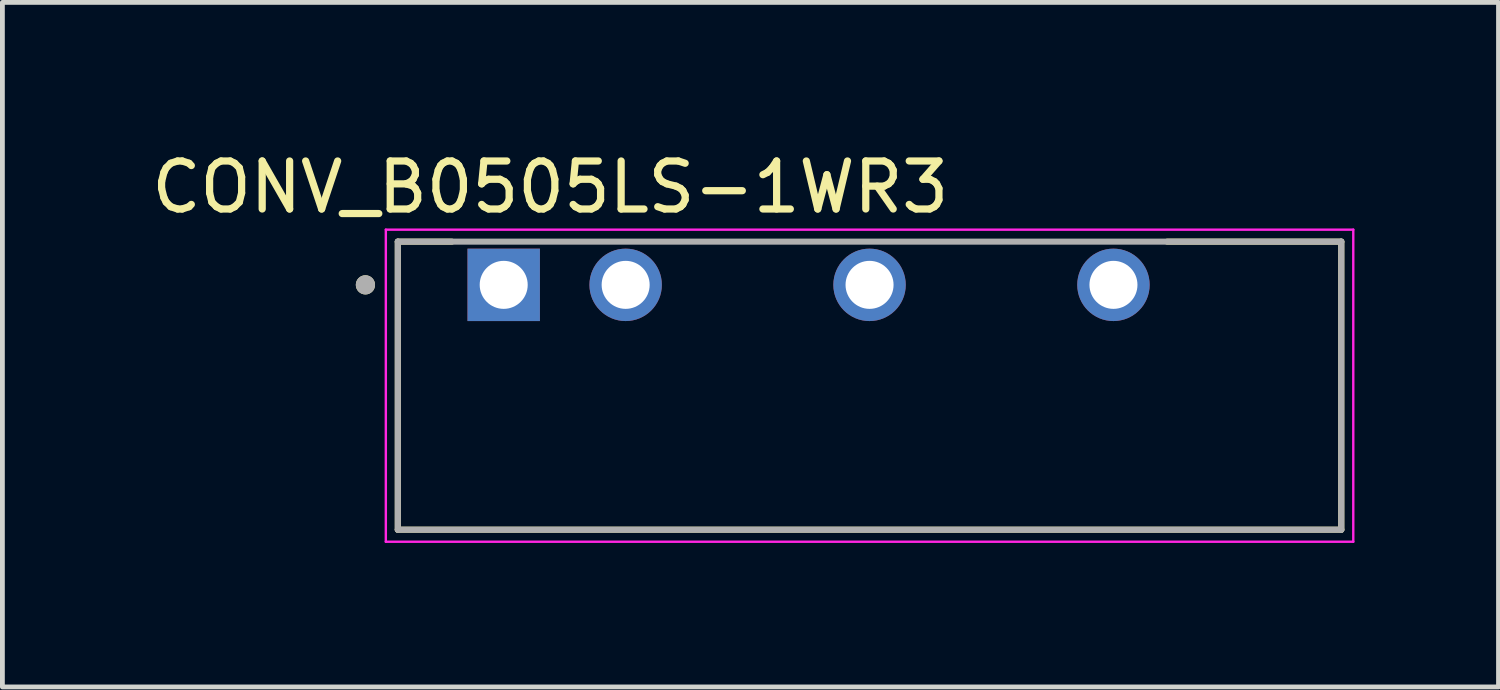
<source format=kicad_pcb>
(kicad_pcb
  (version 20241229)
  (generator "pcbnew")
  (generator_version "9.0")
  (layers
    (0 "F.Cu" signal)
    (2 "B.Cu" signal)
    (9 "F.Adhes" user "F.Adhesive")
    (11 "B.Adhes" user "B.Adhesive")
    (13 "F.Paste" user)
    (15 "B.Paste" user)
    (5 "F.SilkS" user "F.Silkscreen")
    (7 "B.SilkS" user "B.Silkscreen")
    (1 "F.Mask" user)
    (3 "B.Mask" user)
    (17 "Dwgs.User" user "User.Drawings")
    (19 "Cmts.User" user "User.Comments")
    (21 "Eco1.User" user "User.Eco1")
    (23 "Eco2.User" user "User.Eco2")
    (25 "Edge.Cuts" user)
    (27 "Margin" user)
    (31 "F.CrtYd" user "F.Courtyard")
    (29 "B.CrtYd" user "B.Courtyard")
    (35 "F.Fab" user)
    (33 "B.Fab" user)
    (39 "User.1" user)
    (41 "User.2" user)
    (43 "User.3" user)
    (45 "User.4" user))
  (footprint "CONV_B0505LS-1WR3"
    (layer "F.Cu")
    (at 15.061 4.983)
    (property "Reference" "CONV_B0505LS-1WR3" (at -6.65 -4.135 0) (layer "F.SilkS") (effects (font (size 1 1) (thickness 0.15))))
    (attr through_hole)
    (fp_line (start -9.825 -3) (end -8.7 -3) (stroke (width 0.127) (type solid)) (layer "F.SilkS"))
    (fp_line (start -9.825 3) (end -9.825 -3) (stroke (width 0.127) (type solid)) (layer "F.SilkS"))
    (fp_line (start 6.2 -3) (end 9.825 -3) (stroke (width 0.127) (type solid)) (layer "F.SilkS"))
    (fp_line (start 9.825 -3) (end 9.825 3) (stroke (width 0.127) (type solid)) (layer "F.SilkS"))
    (fp_line (start 9.825 3) (end -9.825 3) (stroke (width 0.127) (type solid)) (layer "F.SilkS"))
    (fp_circle (center -10.5 -2.1) (end -10.4 -2.1) (stroke (width 0.2) (type solid)) (fill no) (layer "F.SilkS"))
    (fp_line (start -10.075 -3.25) (end 10.075 -3.25) (stroke (width 0.05) (type solid)) (layer "F.CrtYd"))
    (fp_line (start -10.075 3.25) (end -10.075 -3.25) (stroke (width 0.05) (type solid)) (layer "F.CrtYd"))
    (fp_line (start 10.075 -3.25) (end 10.075 3.25) (stroke (width 0.05) (type solid)) (layer "F.CrtYd"))
    (fp_line (start 10.075 3.25) (end -10.075 3.25) (stroke (width 0.05) (type solid)) (layer "F.CrtYd"))
    (fp_line (start -9.825 -3) (end -9.825 3) (stroke (width 0.127) (type solid)) (layer "F.Fab"))
    (fp_line (start -9.825 -3) (end 9.825 -3) (stroke (width 0.127) (type solid)) (layer "F.Fab"))
    (fp_line (start -9.825 3) (end 9.825 3) (stroke (width 0.127) (type solid)) (layer "F.Fab"))
    (fp_line (start 9.825 3) (end 9.825 -3) (stroke (width 0.127) (type solid)) (layer "F.Fab"))
    (fp_circle (center -10.5 -2.1) (end -10.4 -2.1) (stroke (width 0.2) (type solid)) (fill no) (layer "F.Fab"))
    (pad "1" thru_hole rect (at -7.62 -2.1) (size 1.508 1.508) (drill 1) (layers "*.Cu" "*.Mask"))
    (pad "2" thru_hole circle (at -5.08 -2.1) (size 1.508 1.508) (drill 1) (layers "*.Cu" "*.Mask"))
    (pad "4" thru_hole circle (at 0 -2.1) (size 1.508 1.508) (drill 1) (layers "*.Cu" "*.Mask"))
    (pad "6" thru_hole circle (at 5.08 -2.1) (size 1.508 1.508) (drill 1) (layers "*.Cu" "*.Mask")))
  (gr_rect
    (start -3 -3)
    (end 28.161 11.258)
    (stroke (width 0.1) (type default))
    (fill no)
    (layer "Edge.Cuts")))
</source>
